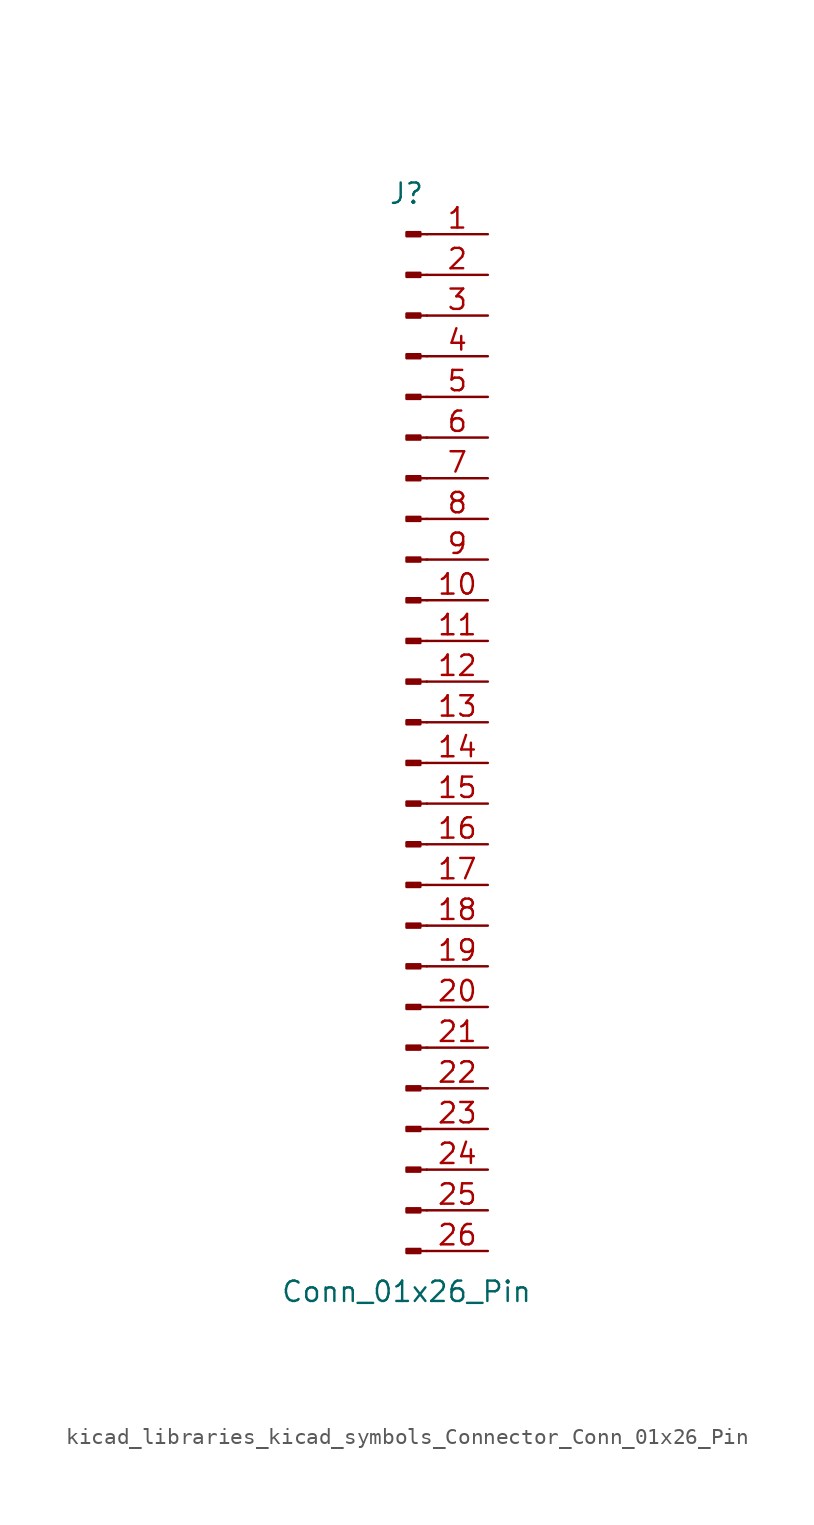
<source format=kicad_sym>
(kicad_symbol_lib
  (version 20220914)
  (generator kicad_symbol_editor)
  (symbol "kicad_libraries_kicad_symbols_Connector_Conn_01x26_Pin"
    (pin_names
      (offset 1.016) hide)
    (property "Reference" "J"
      (at 0 33.02 0)
      (effects (font (size 1.27 1.27))))
    (property "Value" "Conn_01x26_Pin"
      (at 0 -35.56 0)
      (effects (font (size 1.27 1.27))))
    (property "ki_locked" ""
      (at 0 0 0)
      (effects (font (size 1.27 1.27))))
    (symbol "kicad_libraries_kicad_symbols_Connector_Conn_01x26_Pin_1_1"
      (polyline (pts (xy 1.27 -33.02) (xy 0.864 -33.02)) (stroke (width 0.152) (type default)) (fill (type none)))
      (polyline (pts (xy 1.27 -30.48) (xy 0.864 -30.48)) (stroke (width 0.152) (type default)) (fill (type none)))
      (polyline (pts (xy 1.27 -27.94) (xy 0.864 -27.94)) (stroke (width 0.152) (type default)) (fill (type none)))
      (polyline (pts (xy 1.27 -25.4) (xy 0.864 -25.4)) (stroke (width 0.152) (type default)) (fill (type none)))
      (polyline (pts (xy 1.27 -22.86) (xy 0.864 -22.86)) (stroke (width 0.152) (type default)) (fill (type none)))
      (polyline (pts (xy 1.27 -20.32) (xy 0.864 -20.32)) (stroke (width 0.152) (type default)) (fill (type none)))
      (polyline (pts (xy 1.27 -17.78) (xy 0.864 -17.78)) (stroke (width 0.152) (type default)) (fill (type none)))
      (polyline (pts (xy 1.27 -15.24) (xy 0.864 -15.24)) (stroke (width 0.152) (type default)) (fill (type none)))
      (polyline (pts (xy 1.27 -12.7) (xy 0.864 -12.7)) (stroke (width 0.152) (type default)) (fill (type none)))
      (polyline (pts (xy 1.27 -10.16) (xy 0.864 -10.16)) (stroke (width 0.152) (type default)) (fill (type none)))
      (polyline (pts (xy 1.27 -7.62) (xy 0.864 -7.62)) (stroke (width 0.152) (type default)) (fill (type none)))
      (polyline (pts (xy 1.27 -5.08) (xy 0.864 -5.08)) (stroke (width 0.152) (type default)) (fill (type none)))
      (polyline (pts (xy 1.27 -2.54) (xy 0.864 -2.54)) (stroke (width 0.152) (type default)) (fill (type none)))
      (polyline (pts (xy 1.27 0) (xy 0.864 0)) (stroke (width 0.152) (type default)) (fill (type none)))
      (polyline (pts (xy 1.27 2.54) (xy 0.864 2.54)) (stroke (width 0.152) (type default)) (fill (type none)))
      (polyline (pts (xy 1.27 5.08) (xy 0.864 5.08)) (stroke (width 0.152) (type default)) (fill (type none)))
      (polyline (pts (xy 1.27 7.62) (xy 0.864 7.62)) (stroke (width 0.152) (type default)) (fill (type none)))
      (polyline (pts (xy 1.27 10.16) (xy 0.864 10.16)) (stroke (width 0.152) (type default)) (fill (type none)))
      (polyline (pts (xy 1.27 12.7) (xy 0.864 12.7)) (stroke (width 0.152) (type default)) (fill (type none)))
      (polyline (pts (xy 1.27 15.24) (xy 0.864 15.24)) (stroke (width 0.152) (type default)) (fill (type none)))
      (polyline (pts (xy 1.27 17.78) (xy 0.864 17.78)) (stroke (width 0.152) (type default)) (fill (type none)))
      (polyline (pts (xy 1.27 20.32) (xy 0.864 20.32)) (stroke (width 0.152) (type default)) (fill (type none)))
      (polyline (pts (xy 1.27 22.86) (xy 0.864 22.86)) (stroke (width 0.152) (type default)) (fill (type none)))
      (polyline (pts (xy 1.27 25.4) (xy 0.864 25.4)) (stroke (width 0.152) (type default)) (fill (type none)))
      (polyline (pts (xy 1.27 27.94) (xy 0.864 27.94)) (stroke (width 0.152) (type default)) (fill (type none)))
      (polyline (pts (xy 1.27 30.48) (xy 0.864 30.48)) (stroke (width 0.152) (type default)) (fill (type none)))
      (rectangle (start 0.864 -32.893) (end 0 -33.147) (stroke (width 0.152) (type default)) (fill (type outline)))
      (rectangle (start 0.864 -30.353) (end 0 -30.607) (stroke (width 0.152) (type default)) (fill (type outline)))
      (rectangle (start 0.864 -27.813) (end 0 -28.067) (stroke (width 0.152) (type default)) (fill (type outline)))
      (rectangle (start 0.864 -25.273) (end 0 -25.527) (stroke (width 0.152) (type default)) (fill (type outline)))
      (rectangle (start 0.864 -22.733) (end 0 -22.987) (stroke (width 0.152) (type default)) (fill (type outline)))
      (rectangle (start 0.864 -20.193) (end 0 -20.447) (stroke (width 0.152) (type default)) (fill (type outline)))
      (rectangle (start 0.864 -17.653) (end 0 -17.907) (stroke (width 0.152) (type default)) (fill (type outline)))
      (rectangle (start 0.864 -15.113) (end 0 -15.367) (stroke (width 0.152) (type default)) (fill (type outline)))
      (rectangle (start 0.864 -12.573) (end 0 -12.827) (stroke (width 0.152) (type default)) (fill (type outline)))
      (rectangle (start 0.864 -10.033) (end 0 -10.287) (stroke (width 0.152) (type default)) (fill (type outline)))
      (rectangle (start 0.864 -7.493) (end 0 -7.747) (stroke (width 0.152) (type default)) (fill (type outline)))
      (rectangle (start 0.864 -4.953) (end 0 -5.207) (stroke (width 0.152) (type default)) (fill (type outline)))
      (rectangle (start 0.864 -2.413) (end 0 -2.667) (stroke (width 0.152) (type default)) (fill (type outline)))
      (rectangle (start 0.864 0.127) (end 0 -0.127) (stroke (width 0.152) (type default)) (fill (type outline)))
      (rectangle (start 0.864 2.667) (end 0 2.413) (stroke (width 0.152) (type default)) (fill (type outline)))
      (rectangle (start 0.864 5.207) (end 0 4.953) (stroke (width 0.152) (type default)) (fill (type outline)))
      (rectangle (start 0.864 7.747) (end 0 7.493) (stroke (width 0.152) (type default)) (fill (type outline)))
      (rectangle (start 0.864 10.287) (end 0 10.033) (stroke (width 0.152) (type default)) (fill (type outline)))
      (rectangle (start 0.864 12.827) (end 0 12.573) (stroke (width 0.152) (type default)) (fill (type outline)))
      (rectangle (start 0.864 15.367) (end 0 15.113) (stroke (width 0.152) (type default)) (fill (type outline)))
      (rectangle (start 0.864 17.907) (end 0 17.653) (stroke (width 0.152) (type default)) (fill (type outline)))
      (rectangle (start 0.864 20.447) (end 0 20.193) (stroke (width 0.152) (type default)) (fill (type outline)))
      (rectangle (start 0.864 22.987) (end 0 22.733) (stroke (width 0.152) (type default)) (fill (type outline)))
      (rectangle (start 0.864 25.527) (end 0 25.273) (stroke (width 0.152) (type default)) (fill (type outline)))
      (rectangle (start 0.864 28.067) (end 0 27.813) (stroke (width 0.152) (type default)) (fill (type outline)))
      (rectangle (start 0.864 30.607) (end 0 30.353) (stroke (width 0.152) (type default)) (fill (type outline)))
      (pin passive line (at 5.08 30.48 180) (length 3.81) (name "Pin_1" (effects (font (size 1.27 1.27)))) (number "1" (effects (font (size 1.27 1.27)))))
      (pin passive line (at 5.08 7.62 180) (length 3.81) (name "Pin_10" (effects (font (size 1.27 1.27)))) (number "10" (effects (font (size 1.27 1.27)))))
      (pin passive line (at 5.08 5.08 180) (length 3.81) (name "Pin_11" (effects (font (size 1.27 1.27)))) (number "11" (effects (font (size 1.27 1.27)))))
      (pin passive line (at 5.08 2.54 180) (length 3.81) (name "Pin_12" (effects (font (size 1.27 1.27)))) (number "12" (effects (font (size 1.27 1.27)))))
      (pin passive line (at 5.08 0 180) (length 3.81) (name "Pin_13" (effects (font (size 1.27 1.27)))) (number "13" (effects (font (size 1.27 1.27)))))
      (pin passive line (at 5.08 -2.54 180) (length 3.81) (name "Pin_14" (effects (font (size 1.27 1.27)))) (number "14" (effects (font (size 1.27 1.27)))))
      (pin passive line (at 5.08 -5.08 180) (length 3.81) (name "Pin_15" (effects (font (size 1.27 1.27)))) (number "15" (effects (font (size 1.27 1.27)))))
      (pin passive line (at 5.08 -7.62 180) (length 3.81) (name "Pin_16" (effects (font (size 1.27 1.27)))) (number "16" (effects (font (size 1.27 1.27)))))
      (pin passive line (at 5.08 -10.16 180) (length 3.81) (name "Pin_17" (effects (font (size 1.27 1.27)))) (number "17" (effects (font (size 1.27 1.27)))))
      (pin passive line (at 5.08 -12.7 180) (length 3.81) (name "Pin_18" (effects (font (size 1.27 1.27)))) (number "18" (effects (font (size 1.27 1.27)))))
      (pin passive line (at 5.08 -15.24 180) (length 3.81) (name "Pin_19" (effects (font (size 1.27 1.27)))) (number "19" (effects (font (size 1.27 1.27)))))
      (pin passive line (at 5.08 27.94 180) (length 3.81) (name "Pin_2" (effects (font (size 1.27 1.27)))) (number "2" (effects (font (size 1.27 1.27)))))
      (pin passive line (at 5.08 -17.78 180) (length 3.81) (name "Pin_20" (effects (font (size 1.27 1.27)))) (number "20" (effects (font (size 1.27 1.27)))))
      (pin passive line (at 5.08 -20.32 180) (length 3.81) (name "Pin_21" (effects (font (size 1.27 1.27)))) (number "21" (effects (font (size 1.27 1.27)))))
      (pin passive line (at 5.08 -22.86 180) (length 3.81) (name "Pin_22" (effects (font (size 1.27 1.27)))) (number "22" (effects (font (size 1.27 1.27)))))
      (pin passive line (at 5.08 -25.4 180) (length 3.81) (name "Pin_23" (effects (font (size 1.27 1.27)))) (number "23" (effects (font (size 1.27 1.27)))))
      (pin passive line (at 5.08 -27.94 180) (length 3.81) (name "Pin_24" (effects (font (size 1.27 1.27)))) (number "24" (effects (font (size 1.27 1.27)))))
      (pin passive line (at 5.08 -30.48 180) (length 3.81) (name "Pin_25" (effects (font (size 1.27 1.27)))) (number "25" (effects (font (size 1.27 1.27)))))
      (pin passive line (at 5.08 -33.02 180) (length 3.81) (name "Pin_26" (effects (font (size 1.27 1.27)))) (number "26" (effects (font (size 1.27 1.27)))))
      (pin passive line (at 5.08 25.4 180) (length 3.81) (name "Pin_3" (effects (font (size 1.27 1.27)))) (number "3" (effects (font (size 1.27 1.27)))))
      (pin passive line (at 5.08 22.86 180) (length 3.81) (name "Pin_4" (effects (font (size 1.27 1.27)))) (number "4" (effects (font (size 1.27 1.27)))))
      (pin passive line (at 5.08 20.32 180) (length 3.81) (name "Pin_5" (effects (font (size 1.27 1.27)))) (number "5" (effects (font (size 1.27 1.27)))))
      (pin passive line (at 5.08 17.78 180) (length 3.81) (name "Pin_6" (effects (font (size 1.27 1.27)))) (number "6" (effects (font (size 1.27 1.27)))))
      (pin passive line (at 5.08 15.24 180) (length 3.81) (name "Pin_7" (effects (font (size 1.27 1.27)))) (number "7" (effects (font (size 1.27 1.27)))))
      (pin passive line (at 5.08 12.7 180) (length 3.81) (name "Pin_8" (effects (font (size 1.27 1.27)))) (number "8" (effects (font (size 1.27 1.27)))))
      (pin passive line (at 5.08 10.16 180) (length 3.81) (name "Pin_9" (effects (font (size 1.27 1.27)))) (number "9" (effects (font (size 1.27 1.27))))))))
</source>
